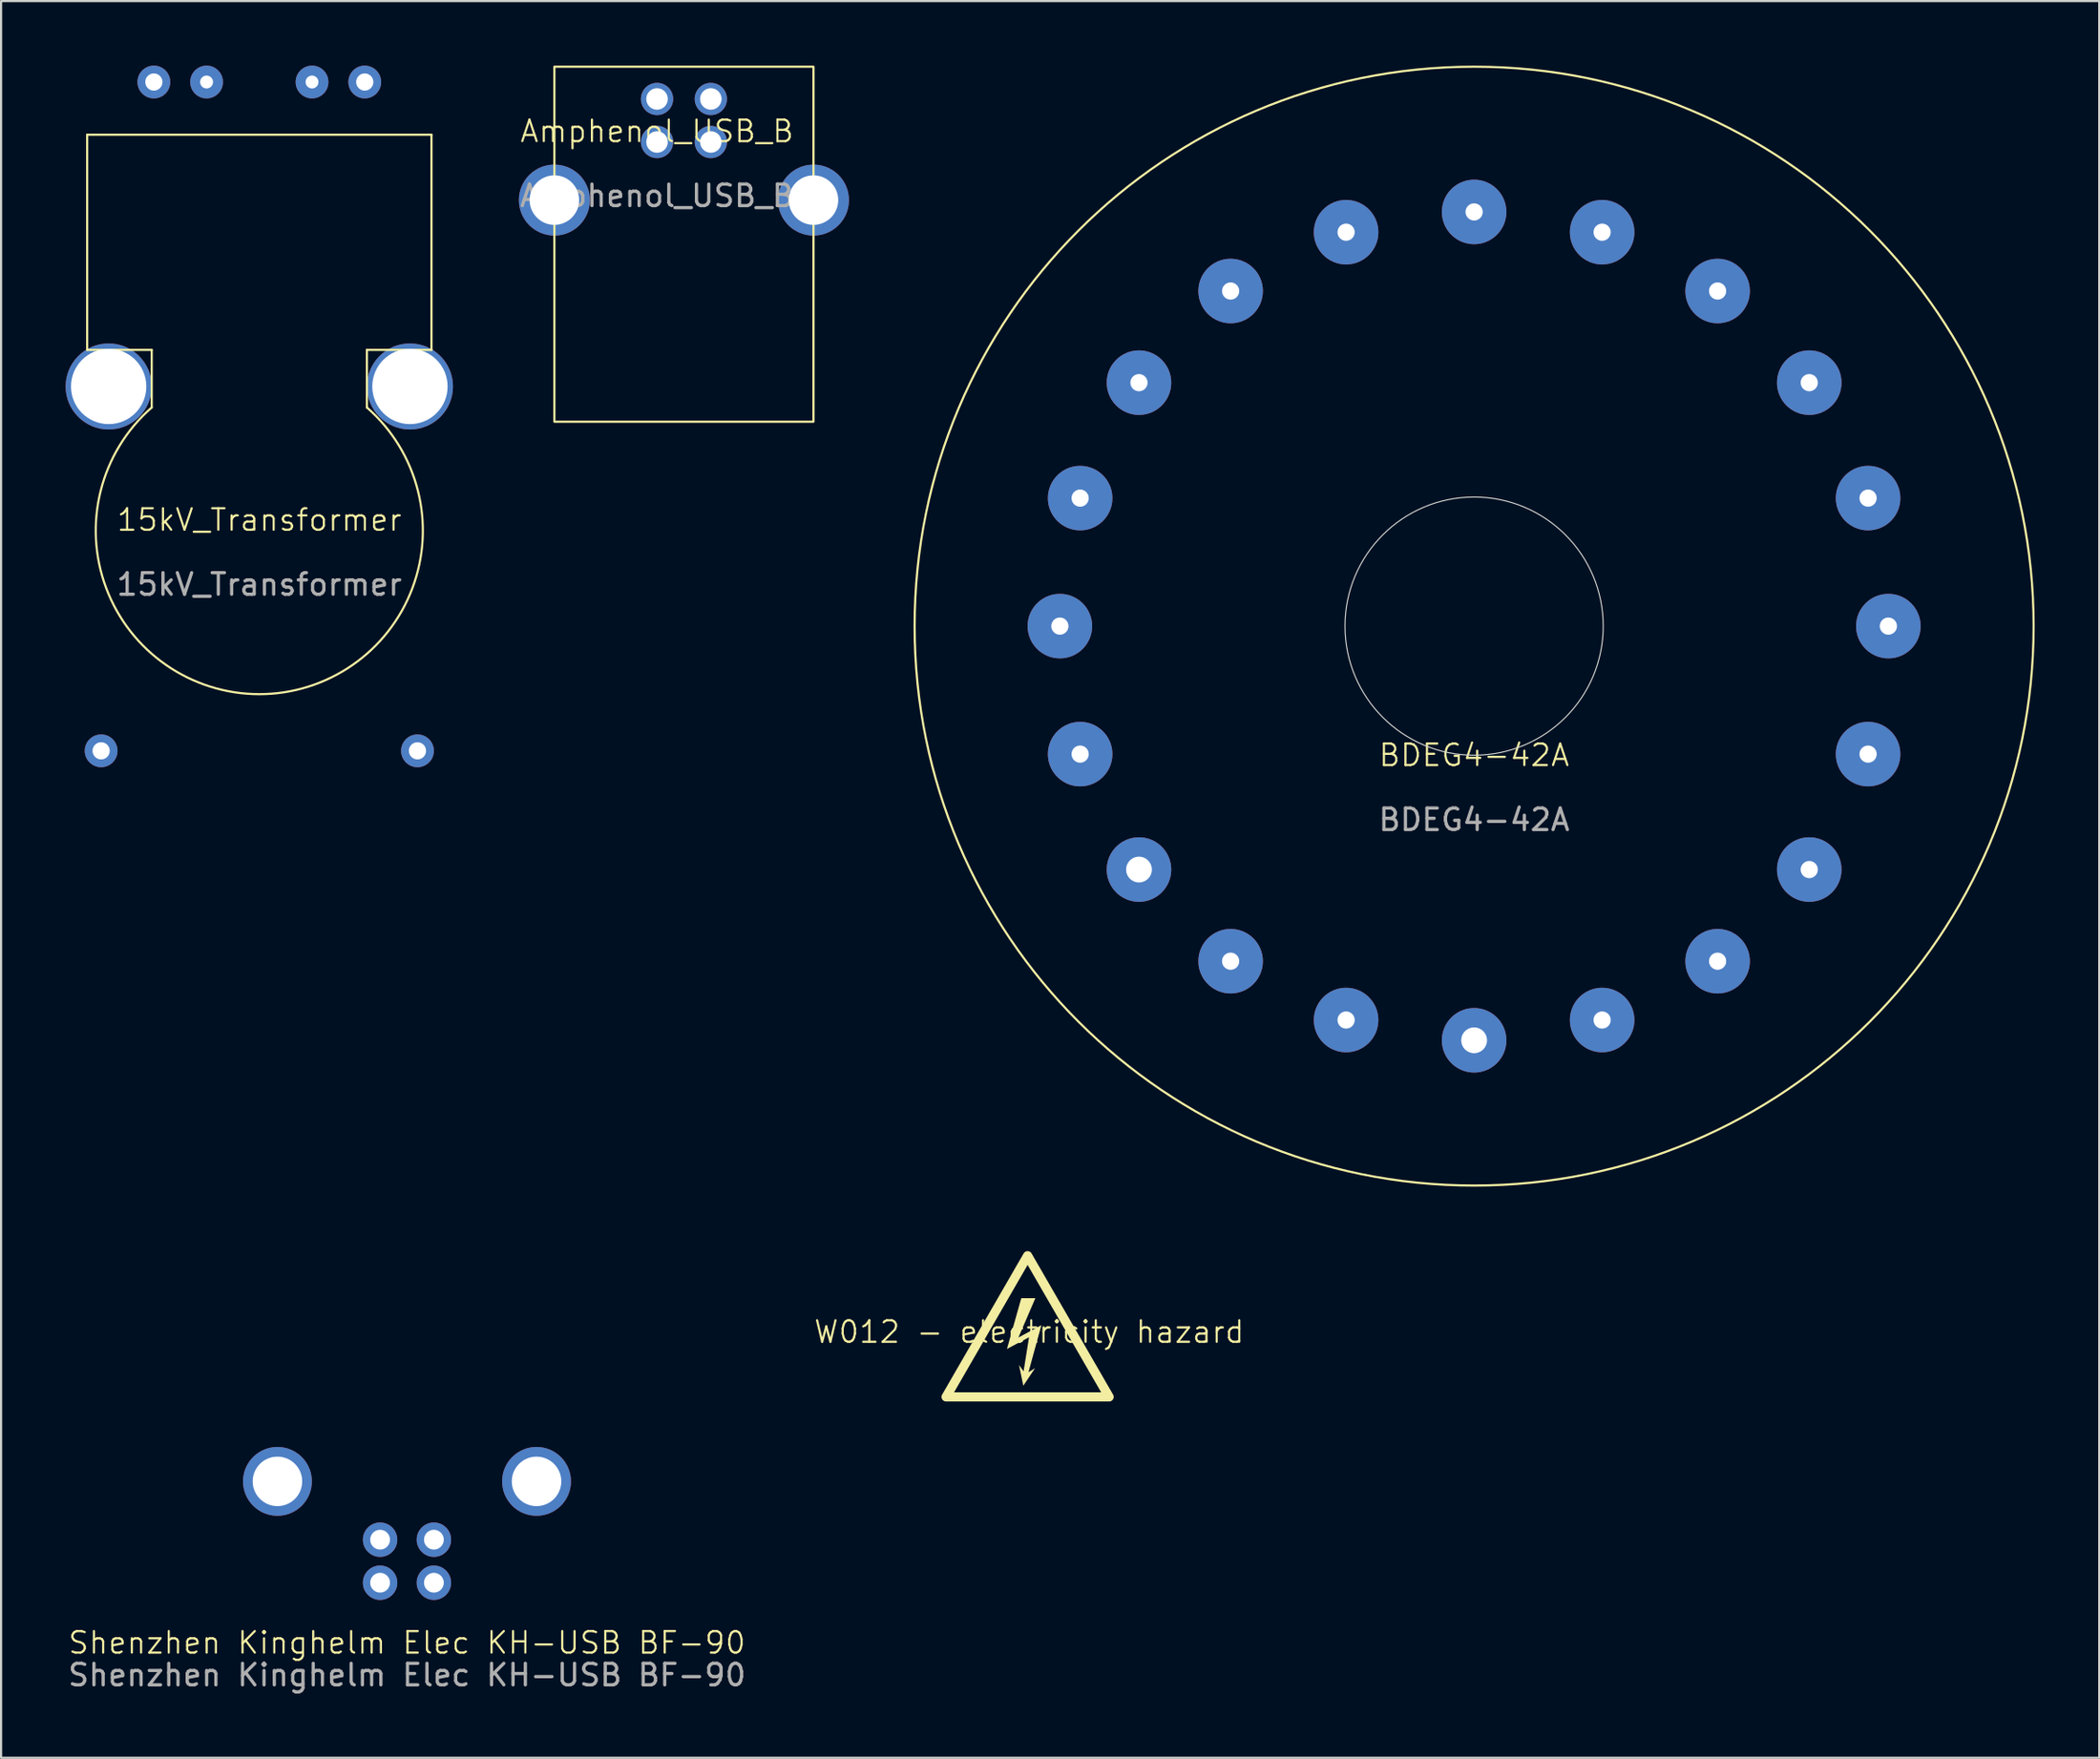
<source format=kicad_pcb>
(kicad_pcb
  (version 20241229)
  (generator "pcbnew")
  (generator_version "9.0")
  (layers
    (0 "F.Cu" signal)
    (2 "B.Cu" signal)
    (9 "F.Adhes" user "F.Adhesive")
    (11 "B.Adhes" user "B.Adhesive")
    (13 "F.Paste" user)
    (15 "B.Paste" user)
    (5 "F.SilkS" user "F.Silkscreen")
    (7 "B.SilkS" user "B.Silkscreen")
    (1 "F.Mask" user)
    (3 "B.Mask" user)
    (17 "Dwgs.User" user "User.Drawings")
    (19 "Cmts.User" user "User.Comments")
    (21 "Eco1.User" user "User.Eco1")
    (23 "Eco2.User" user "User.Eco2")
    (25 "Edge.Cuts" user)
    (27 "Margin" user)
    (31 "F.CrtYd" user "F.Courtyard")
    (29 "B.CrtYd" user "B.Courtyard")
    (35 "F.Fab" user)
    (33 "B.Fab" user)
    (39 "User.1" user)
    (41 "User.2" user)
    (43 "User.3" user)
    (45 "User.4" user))
  (footprint "BDEG4-42A"
    (layer "F.Cu")
    (at 65.452 26.05)
    (property "Reference" "BDEG4-42A" (at 0 6 0) (unlocked yes) (layer "F.SilkS") (effects (font (size 1 1) (thickness 0.1))))
    (attr smd)
    (fp_circle (center 0 0) (end 26 0) (stroke (width 0.1) (type default)) (fill no) (layer "F.SilkS"))
    (fp_circle (center 0 0) (end 6 0) (stroke (width 0.05) (type default)) (fill no) (layer "Edge.Cuts"))
    (fp_text user "${REFERENCE}" (at 0 9 0) (unlocked yes) (layer "F.Fab") (effects (font (size 1 1) (thickness 0.15))))
    (pad "1" thru_hole circle (at 0 19.25) (size 3 3) (drill 1.2) (layers "*.Cu" "*.Mask"))
    (pad "2" thru_hole circle (at 5.949 18.308) (size 3 3) (drill 0.8) (layers "*.Cu" "*.Mask"))
    (pad "3" thru_hole circle (at 11.315 15.574) (size 3 3) (drill 0.8) (layers "*.Cu" "*.Mask"))
    (pad "4" thru_hole circle (at 15.574 11.315) (size 3 3) (drill 0.8) (layers "*.Cu" "*.Mask"))
    (pad "5" thru_hole circle (at 18.308 5.949) (size 3 3) (drill 0.8) (layers "*.Cu" "*.Mask"))
    (pad "6" thru_hole circle (at 19.25 0) (size 3 3) (drill 0.8) (layers "*.Cu" "*.Mask"))
    (pad "7" thru_hole circle (at 18.308 -5.949) (size 3 3) (drill 0.8) (layers "*.Cu" "*.Mask"))
    (pad "8" thru_hole circle (at 15.574 -11.315) (size 3 3) (drill 0.8) (layers "*.Cu" "*.Mask"))
    (pad "9" thru_hole circle (at 11.315 -15.574) (size 3 3) (drill 0.8) (layers "*.Cu" "*.Mask"))
    (pad "10" thru_hole circle (at 5.949 -18.308) (size 3 3) (drill 0.8) (layers "*.Cu" "*.Mask"))
    (pad "11" thru_hole circle (at 0 -19.25) (size 3 3) (drill 0.8) (layers "*.Cu" "*.Mask"))
    (pad "12" thru_hole circle (at -5.949 -18.308) (size 3 3) (drill 0.8) (layers "*.Cu" "*.Mask"))
    (pad "13" thru_hole circle (at -11.315 -15.574) (size 3 3) (drill 0.8) (layers "*.Cu" "*.Mask"))
    (pad "14" thru_hole circle (at -15.574 -11.315) (size 3 3) (drill 0.8) (layers "*.Cu" "*.Mask"))
    (pad "15" thru_hole circle (at -18.308 -5.949) (size 3 3) (drill 0.8) (layers "*.Cu" "*.Mask"))
    (pad "16" thru_hole circle (at -19.25 0) (size 3 3) (drill 0.8) (layers "*.Cu" "*.Mask"))
    (pad "17" thru_hole circle (at -18.308 5.949) (size 3 3) (drill 0.8) (layers "*.Cu" "*.Mask"))
    (pad "18" thru_hole circle (at -15.574 11.315) (size 3 3) (drill 1.2) (layers "*.Cu" "*.Mask"))
    (pad "19" thru_hole circle (at -11.315 15.574) (size 3 3) (drill 0.8) (layers "*.Cu" "*.Mask"))
    (pad "20" thru_hole circle (at -5.949 18.308) (size 3 3) (drill 0.8) (layers "*.Cu" "*.Mask")))
  (footprint "W012 - electricity hazard"
    (layer "F.Cu")
    (at 44.776 59.353)
    (property "Reference" "W012 - electricity hazard" (at 0 -0.5 0) (unlocked yes) (layer "F.SilkS") (effects (font (size 1 1) (thickness 0.1))))
    (fp_poly (pts (xy -0.5 -0.24) (xy 0.567 -0.813) (xy -0.033 1.373) (xy 0.273 1.187) (xy -0.273 2) (xy -0.473 1.04) (xy -0.26 1.333) (xy -0.007 -0.253) (xy -1.033 0.293) (xy -0.367 -2.067) (xy 0.287 -2.067)) (stroke (width -0.000001) (type solid)) (fill yes) (layer "F.SilkS"))
    (fp_poly (pts (xy -0.063 -4.253) (xy -0.054 -4.252) (xy -0.045 -4.251) (xy -0.036 -4.25) (xy -0.027 -4.248) (xy -0.018 -4.246) (xy -0.009 -4.243) (xy -0.000363 -4.24) (xy 0.008 -4.237) (xy 0.017 -4.233) (xy 0.025 -4.229) (xy 0.033 -4.225) (xy 0.041 -4.22) (xy 0.048 -4.215) (xy 0.056 -4.21) (xy 0.063 -4.204) (xy 0.07 -4.198) (xy 0.077 -4.192) (xy 0.083 -4.185) (xy 0.089 -4.178) (xy 0.095 -4.171) (xy 0.101 -4.163) (xy 0.106 -4.155) (xy 0.111 -4.147) (xy 3.898 2.413) (xy 3.905 2.426) (xy 3.911 2.439) (xy 3.916 2.452) (xy 3.92 2.465) (xy 3.923 2.479) (xy 3.925 2.492) (xy 3.926 2.506) (xy 3.927 2.52) (xy 3.926 2.534) (xy 3.925 2.548) (xy 3.923 2.561) (xy 3.92 2.575) (xy 3.915 2.588) (xy 3.911 2.601) (xy 3.905 2.614) (xy 3.898 2.627) (xy 3.891 2.639) (xy 3.882 2.65) (xy 3.873 2.661) (xy 3.864 2.671) (xy 3.854 2.681) (xy 3.843 2.689) (xy 3.832 2.697) (xy 3.82 2.705) (xy 3.808 2.711) (xy 3.795 2.717) (xy 3.782 2.722) (xy 3.769 2.726) (xy 3.755 2.729) (xy 3.742 2.731) (xy 3.728 2.733) (xy 3.713 2.733) (xy -3.86 2.733) (xy -3.867 2.733) (xy -3.874 2.733) (xy -3.881 2.732) (xy -3.888 2.731) (xy -3.895 2.73) (xy -3.902 2.729) (xy -3.909 2.728) (xy -3.916 2.726) (xy -3.922 2.724) (xy -3.929 2.722) (xy -3.935 2.72) (xy -3.942 2.717) (xy -3.948 2.714) (xy -3.954 2.711) (xy -3.961 2.708) (xy -3.967 2.705) (xy -3.973 2.701) (xy -3.978 2.697) (xy -3.984 2.694) (xy -3.99 2.689) (xy -3.995 2.685) (xy -4 2.681) (xy -4.006 2.676) (xy -4.011 2.671) (xy -4.015 2.666) (xy -4.02 2.661) (xy -4.025 2.656) (xy -4.029 2.65) (xy -4.033 2.645) (xy -4.037 2.639) (xy -4.041 2.633) (xy -4.045 2.627) (xy -4.051 2.614) (xy -4.057 2.601) (xy -4.062 2.588) (xy -4.066 2.575) (xy -4.069 2.561) (xy -4.072 2.548) (xy -4.073 2.534) (xy -4.073 2.52) (xy -4.073 2.506) (xy -4.072 2.492) (xy -4.069 2.479) (xy -4.066 2.465) (xy -4.062 2.452) (xy -4.057 2.439) (xy -4.051 2.426) (xy -4.045 2.413) (xy -3.983 2.307) (xy -3.491 2.307) (xy 3.344 2.307) (xy -0.073 -3.613) (xy -3.491 2.307) (xy -3.983 2.307) (xy -0.258 -4.147) (xy -0.253 -4.155) (xy -0.248 -4.162) (xy -0.243 -4.17) (xy -0.237 -4.177) (xy -0.231 -4.184) (xy -0.224 -4.191) (xy -0.217 -4.197) (xy -0.21 -4.203) (xy -0.203 -4.209) (xy -0.196 -4.215) (xy -0.188 -4.22) (xy -0.18 -4.225) (xy -0.172 -4.229) (xy -0.164 -4.233) (xy -0.155 -4.237) (xy -0.146 -4.24) (xy -0.137 -4.244) (xy -0.128 -4.246) (xy -0.119 -4.248) (xy -0.109 -4.25) (xy -0.1 -4.252) (xy -0.091 -4.253) (xy -0.082 -4.253) (xy -0.072 -4.253)) (stroke (width -0.000001) (type solid)) (fill yes) (layer "F.SilkS")))
  (footprint "15kV_Transformer"
    (layer "F.Cu")
    (at 9 21.612)
    (property "Reference" "15kV_Transformer" (at 0 -0.5 0) (unlocked yes) (layer "F.SilkS") (effects (font (size 1 1) (thickness 0.1))))
    (attr through_hole)
    (fp_line (start -8 -18.4) (end -8 -8.4) (stroke (width 0.1) (type default)) (layer "F.SilkS"))
    (fp_line (start -8 -8.4) (end -5 -8.4) (stroke (width 0.1) (type default)) (layer "F.SilkS"))
    (fp_line (start -5 -5.724) (end -5 -8.4) (stroke (width 0.1) (type default)) (layer "F.SilkS"))
    (fp_line (start 5 -8.4) (end 8 -8.4) (stroke (width 0.1) (type default)) (layer "F.SilkS"))
    (fp_line (start 5 -5.724) (end 5 -8.4) (stroke (width 0.1) (type default)) (layer "F.SilkS"))
    (fp_line (start 8 -18.4) (end -8 -18.4) (stroke (width 0.1) (type default)) (layer "F.SilkS"))
    (fp_line (start 8 -8.4) (end 8 -18.4) (stroke (width 0.1) (type default)) (layer "F.SilkS"))
    (fp_arc (start 5 -5.72364) (mid 0 7.599997) (end -5 -5.72364) (stroke (width 0.1) (type default)) (layer "F.SilkS"))
    (fp_text user "${REFERENCE}" (at 0 2.5 0) (unlocked yes) (layer "F.Fab") (effects (font (size 1 1) (thickness 0.15))))
    (pad "" thru_hole circle (at -7 -6.7) (size 4 4) (drill 3.5) (layers "*.Cu" "*.Mask"))
    (pad "" thru_hole circle (at -2.45 -20.85) (size 1.524 1.524) (drill 0.6) (layers "*.Cu" "*.Mask"))
    (pad "" thru_hole circle (at 2.45 -20.85) (size 1.524 1.524) (drill 0.6) (layers "*.Cu" "*.Mask"))
    (pad "" thru_hole circle (at 7 -6.7) (size 4 4) (drill 3.5) (layers "*.Cu" "*.Mask"))
    (pad "1" thru_hole circle (at -4.9 -20.85) (size 1.524 1.524) (drill 0.8) (layers "*.Cu" "*.Mask"))
    (pad "2" thru_hole circle (at 4.9 -20.85) (size 1.524 1.524) (drill 0.8) (layers "*.Cu" "*.Mask"))
    (pad "3" thru_hole circle (at -7.35 10.234) (size 1.524 1.524) (drill 0.8) (layers "*.Cu" "*.Mask"))
    (pad "4" thru_hole circle (at 7.35 10.234) (size 1.524 1.524) (drill 0.8) (layers "*.Cu" "*.Mask")))
  (footprint "Shenzhen Kinghelm Elec KH-USB BF-90"
    (layer "F.Cu")
    (at 15.863 63.3)
    (property "Reference" "Shenzhen Kinghelm Elec KH-USB BF-90" (at 0 10 0) (unlocked yes) (layer "F.SilkS") (effects (font (size 1 1) (thickness 0.1))))
    (attr through_hole)
    (fp_rect (start -6.075 -8.15) (end 6.075 8.15) (stroke (width 0.1) (type default)) (fill no) (layer "User.1"))
    (fp_text user "${REFERENCE}" (at 0 11.5 0) (unlocked yes) (layer "F.Fab") (effects (font (size 1 1) (thickness 0.15))))
    (pad "1" thru_hole circle (at -1.25 7.21) (size 1.6 1.6) (drill 0.92) (layers "*.Cu" "*.Mask"))
    (pad "2" thru_hole circle (at -1.25 5.21) (size 1.6 1.6) (drill 0.92) (layers "*.Cu" "*.Mask"))
    (pad "3" thru_hole circle (at 1.25 5.21) (size 1.6 1.6) (drill 0.92) (layers "*.Cu" "*.Mask"))
    (pad "4" thru_hole circle (at 1.25 7.21) (size 1.6 1.6) (drill 0.92) (layers "*.Cu" "*.Mask"))
    (pad "5" thru_hole circle (at -6.02 2.5) (size 3.2 3.2) (drill 2.3) (layers "*.Cu" "*.Mask"))
    (pad "5" thru_hole circle (at 6.02 2.5) (size 3.2 3.2) (drill 2.3) (layers "*.Cu" "*.Mask")))
  (footprint "Amphenol_USB_B"
    (layer "F.Cu")
    (at 27.482 3.55)
    (property "Reference" "Amphenol_USB_B" (at 0 -0.5 0) (unlocked yes) (layer "F.SilkS") (effects (font (size 1 1) (thickness 0.1))))
    (attr smd)
    (fp_rect (start -4.77 -3.5) (end 7.27 13) (stroke (width 0.1) (type default)) (fill no) (layer "F.SilkS"))
    (fp_text user "${REFERENCE}" (at 0 2.5 0) (unlocked yes) (layer "F.Fab") (effects (font (size 1 1) (thickness 0.15))))
    (pad "1" thru_hole circle (at 2.5 -2) (size 1.5 1.5) (drill 1) (layers "*.Cu" "*.Mask"))
    (pad "2" thru_hole circle (at 0 -2) (size 1.5 1.5) (drill 1) (layers "*.Cu" "*.Mask"))
    (pad "3" thru_hole circle (at 0 0) (size 1.5 1.5) (drill 1) (layers "*.Cu" "*.Mask"))
    (pad "4" thru_hole circle (at 2.5 0) (size 1.5 1.5) (drill 1) (layers "*.Cu" "*.Mask"))
    (pad "5" thru_hole circle (at -4.77 2.7) (size 3.3 3.3) (drill 2.3) (layers "*.Cu" "*.Mask"))
    (pad "5" thru_hole circle (at 7.27 2.7) (size 3.3 3.3) (drill 2.3) (layers "*.Cu" "*.Mask")))
  (gr_rect
    (start -3 -3)
    (end 94.502 78.648)
    (stroke (width 0.1) (type default))
    (fill no)
    (layer "Edge.Cuts")))
</source>
